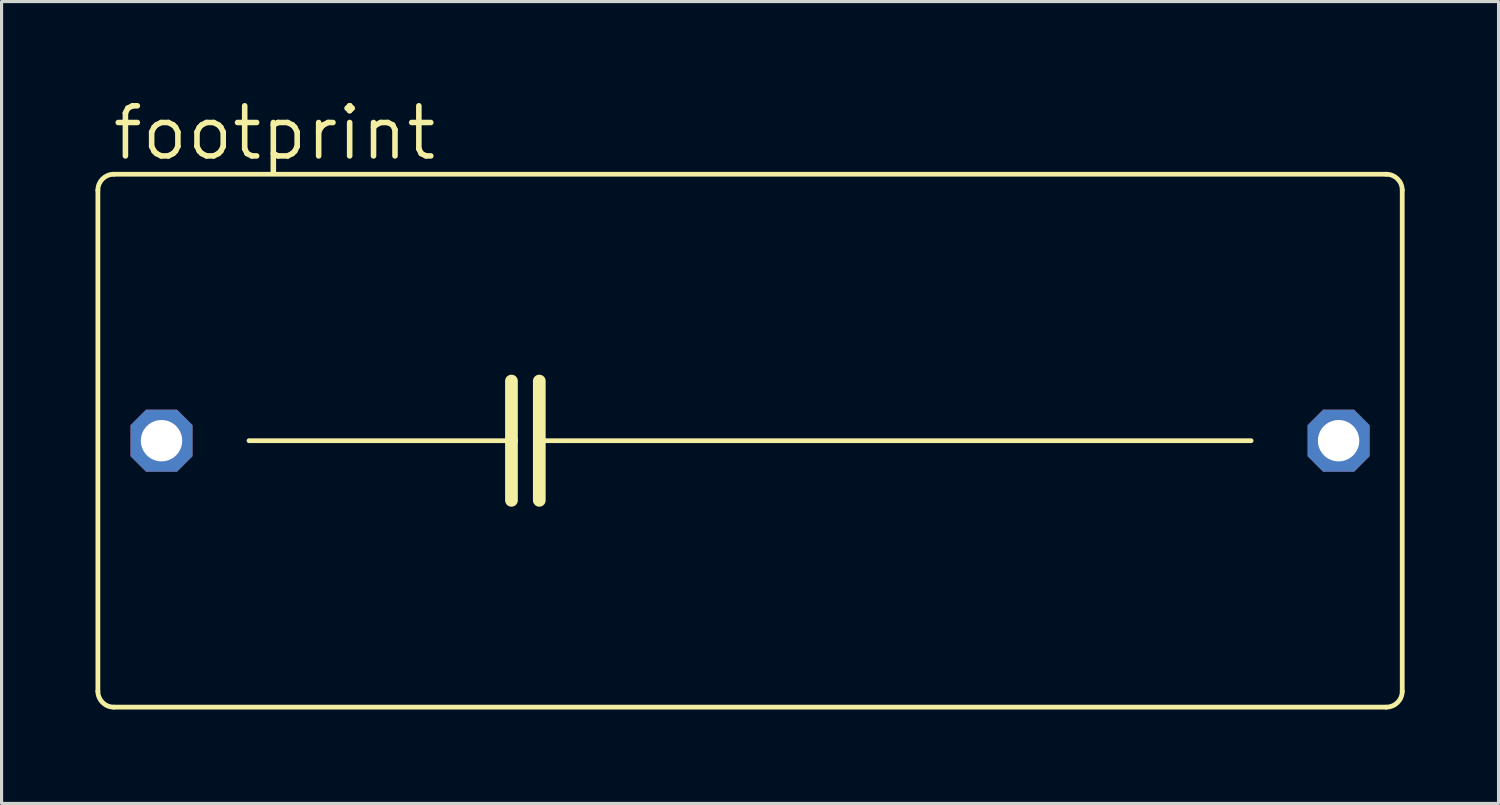
<source format=kicad_pcb>
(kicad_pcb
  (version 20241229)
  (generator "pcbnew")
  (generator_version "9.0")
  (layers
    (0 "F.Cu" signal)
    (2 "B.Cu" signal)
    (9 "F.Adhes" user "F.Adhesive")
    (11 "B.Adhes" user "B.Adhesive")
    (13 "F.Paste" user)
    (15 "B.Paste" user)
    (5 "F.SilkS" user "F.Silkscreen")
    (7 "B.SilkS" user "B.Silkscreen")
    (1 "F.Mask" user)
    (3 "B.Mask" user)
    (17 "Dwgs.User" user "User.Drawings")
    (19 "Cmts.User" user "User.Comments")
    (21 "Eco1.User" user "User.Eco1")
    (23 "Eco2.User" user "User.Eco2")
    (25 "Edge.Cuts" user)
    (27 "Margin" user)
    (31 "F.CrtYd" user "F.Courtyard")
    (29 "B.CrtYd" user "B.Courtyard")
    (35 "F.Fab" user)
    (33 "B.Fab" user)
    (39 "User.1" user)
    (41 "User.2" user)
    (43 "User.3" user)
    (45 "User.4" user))
  (footprint "footprint"
    (layer "F.Cu")
    (at 20.904 11.024)
    (property "Reference" "footprint" (at -20.447 -8.89 0) (layer "F.SilkS") (effects (font (size 1.6 1.6) (thickness 0.178)) (justify left bottom)))
    (fp_line (start -20.828 8.001) (end -20.828 -8.001) (stroke (width 0.152) (type solid)) (layer "F.SilkS"))
    (fp_line (start -20.32 -8.509) (end 20.32 -8.509) (stroke (width 0.152) (type solid)) (layer "F.SilkS"))
    (fp_line (start -16.002 0) (end -7.62 0) (stroke (width 0.152) (type solid)) (layer "F.SilkS"))
    (fp_line (start -7.62 -1.905) (end -7.62 0) (stroke (width 0.406) (type solid)) (layer "F.SilkS"))
    (fp_line (start -7.62 0) (end -7.62 1.905) (stroke (width 0.406) (type solid)) (layer "F.SilkS"))
    (fp_line (start -6.731 -1.905) (end -6.731 0) (stroke (width 0.406) (type solid)) (layer "F.SilkS"))
    (fp_line (start -6.731 0) (end -6.731 1.905) (stroke (width 0.406) (type solid)) (layer "F.SilkS"))
    (fp_line (start -6.731 0) (end 16.002 0) (stroke (width 0.152) (type solid)) (layer "F.SilkS"))
    (fp_line (start 20.32 8.509) (end -20.32 8.509) (stroke (width 0.152) (type solid)) (layer "F.SilkS"))
    (fp_line (start 20.828 -8.001) (end 20.828 8.001) (stroke (width 0.152) (type solid)) (layer "F.SilkS"))
    (fp_arc (start -20.828 -8.001) (mid -20.67921 -8.36021) (end -20.32 -8.509) (stroke (width 0.1524) (type solid)) (layer "F.SilkS"))
    (fp_arc (start -20.32 8.509) (mid -20.67921 8.36021) (end -20.828 8.001) (stroke (width 0.1524) (type solid)) (layer "F.SilkS"))
    (fp_arc (start 20.32 -8.509) (mid 20.67921 -8.36021) (end 20.828 -8.001) (stroke (width 0.1524) (type solid)) (layer "F.SilkS"))
    (fp_arc (start 20.828 8.001) (mid 20.67921 8.36021) (end 20.32 8.509) (stroke (width 0.1524) (type solid)) (layer "F.SilkS"))
    (pad "1" thru_hole roundrect (at -18.796 0) (size 1.981 1.981) (drill 1.321) (layers "*.Cu" "*.Mask") (roundrect_rratio 0.25) (chamfer_ratio 0.25) (chamfer top_left top_right bottom_left bottom_right))
    (pad "2" thru_hole roundrect (at 18.796 0) (size 1.981 1.981) (drill 1.321) (layers "*.Cu" "*.Mask") (roundrect_rratio 0.25) (chamfer_ratio 0.25) (chamfer top_left top_right bottom_left bottom_right)))
  (gr_rect
    (start -3 -3)
    (end 44.808 22.609)
    (stroke (width 0.1) (type default))
    (fill no)
    (layer "Edge.Cuts")))
</source>
